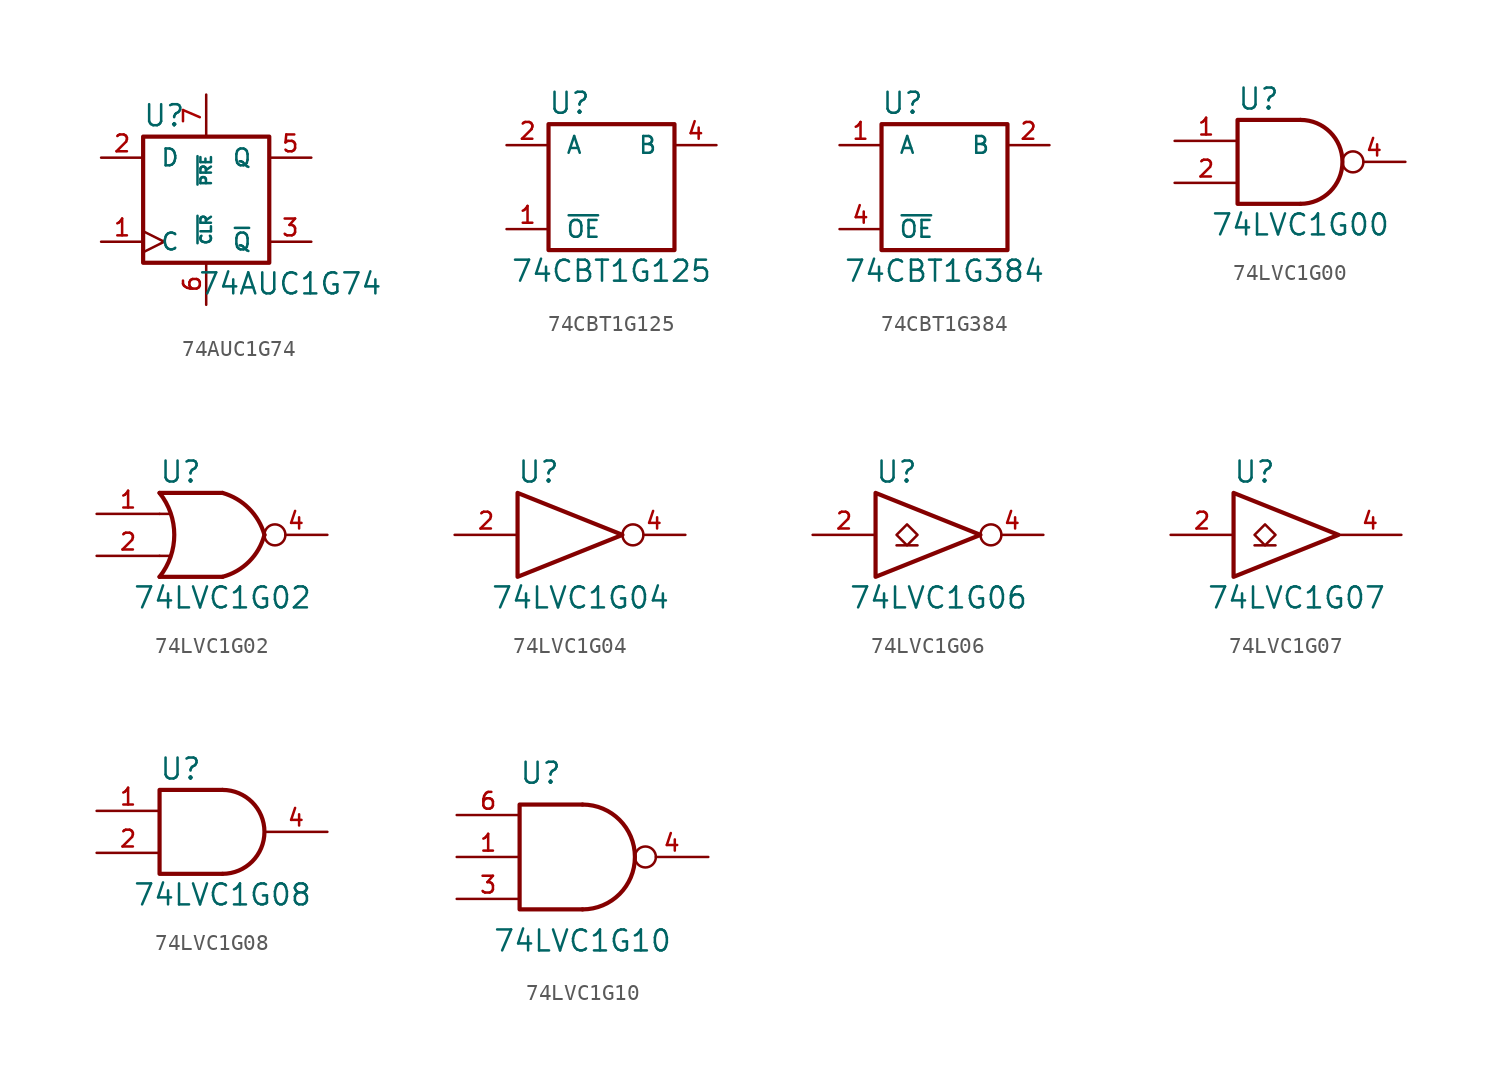
<source format=kicad_sym>
(kicad_symbol_lib
  (version 20200908)
  (generator kicad_symbol_editor)
  (symbol "74xGxx:74AUC1G74"
    (pin_names
      (offset 1.016))
    (property "Reference" "U"
      (at -2.54 5.08 0)
      (effects (font (size 1.27 1.27))))
    (property "Value" "74AUC1G74"
      (at 5.08 -5.08 0)
      (effects (font (size 1.27 1.27))))
    (symbol "74AUC1G74_0_1"
      (rectangle (start -3.81 3.81) (end 3.81 -3.81) (stroke (width 0.254)) (fill (type none))))
    (symbol "74AUC1G74_1_1"
      (pin input clock (at -6.35 -2.54 0) (length 2.54) (name "C" (effects (font (size 1.016 1.016)))) (number "1" (effects (font (size 1.016 1.016)))))
      (pin input line (at -6.35 2.54 0) (length 2.54) (name "D" (effects (font (size 1.016 1.016)))) (number "2" (effects (font (size 1.016 1.016)))))
      (pin output line (at 6.35 -2.54 180) (length 2.54) (name "~Q" (effects (font (size 1.016 1.016)))) (number "3" (effects (font (size 1.016 1.016)))))
      (pin power_in line (at -3.81 -3.81 270) (length 0) hide (name "GND" (effects (font (size 1.016 1.016)))) (number "4" (effects (font (size 1.016 1.016)))))
      (pin output line (at 6.35 2.54 180) (length 2.54) (name "Q" (effects (font (size 1.016 1.016)))) (number "5" (effects (font (size 1.016 1.016)))))
      (pin input line (at 0 -6.35 90) (length 2.54) (name "~CLR" (effects (font (size 0.635 0.635)))) (number "6" (effects (font (size 1.016 1.016)))))
      (pin input line (at 0 6.35 270) (length 2.54) (name "~PRE" (effects (font (size 0.635 0.635)))) (number "7" (effects (font (size 1.016 1.016)))))
      (pin power_in line (at -3.81 3.81 90) (length 0) hide (name "VCC" (effects (font (size 1.016 1.016)))) (number "8" (effects (font (size 1.016 1.016)))))))
  (symbol "74xGxx:74CBT1G125"
    (pin_names
      (offset 1.016))
    (property "Reference" "U"
      (at -2.54 5.08 0)
      (effects (font (size 1.27 1.27))))
    (property "Value" "74CBT1G125"
      (at 0 -5.08 0)
      (effects (font (size 1.27 1.27))))
    (symbol "74CBT1G125_0_1"
      (rectangle (start -3.81 3.81) (end 3.81 -3.81) (stroke (width 0.254)) (fill (type none))))
    (symbol "74CBT1G125_1_1"
      (pin input line (at -6.35 -2.54 0) (length 2.54) (name "~OE" (effects (font (size 1.016 1.016)))) (number "1" (effects (font (size 1.016 1.016)))))
      (pin input line (at -6.35 2.54 0) (length 2.54) (name "A" (effects (font (size 1.016 1.016)))) (number "2" (effects (font (size 1.016 1.016)))))
      (pin power_in line (at 0 -3.81 270) (length 0) hide (name "GND" (effects (font (size 1.016 1.016)))) (number "3" (effects (font (size 1.016 1.016)))))
      (pin tri_state line (at 6.35 2.54 180) (length 2.54) (name "B" (effects (font (size 1.016 1.016)))) (number "4" (effects (font (size 1.016 1.016)))))
      (pin power_in line (at 0 3.81 90) (length 0) hide (name "VCC" (effects (font (size 1.016 1.016)))) (number "5" (effects (font (size 1.016 1.016)))))))
  (symbol "74xGxx:74CBT1G384"
    (pin_names
      (offset 1.016))
    (property "Reference" "U"
      (at -2.54 5.08 0)
      (effects (font (size 1.27 1.27))))
    (property "Value" "74CBT1G384"
      (at 0 -5.08 0)
      (effects (font (size 1.27 1.27))))
    (symbol "74CBT1G384_0_1"
      (rectangle (start -3.81 3.81) (end 3.81 -3.81) (stroke (width 0.254)) (fill (type none))))
    (symbol "74CBT1G384_1_1"
      (pin input line (at -6.35 2.54 0) (length 2.54) (name "A" (effects (font (size 1.016 1.016)))) (number "1" (effects (font (size 1.016 1.016)))))
      (pin tri_state line (at 6.35 2.54 180) (length 2.54) (name "B" (effects (font (size 1.016 1.016)))) (number "2" (effects (font (size 1.016 1.016)))))
      (pin power_in line (at 0 -3.81 270) (length 0) hide (name "GND" (effects (font (size 1.016 1.016)))) (number "3" (effects (font (size 1.016 1.016)))))
      (pin input line (at -6.35 -2.54 0) (length 2.54) (name "~OE" (effects (font (size 1.016 1.016)))) (number "4" (effects (font (size 1.016 1.016)))))
      (pin power_in line (at 0 3.81 90) (length 0) hide (name "VCC" (effects (font (size 1.016 1.016)))) (number "5" (effects (font (size 1.016 1.016)))))))
  (symbol "74xGxx:74LVC1G00"
    (pin_names
      (offset 1.016))
    (property "Reference" "U"
      (at -2.54 3.81 0)
      (effects (font (size 1.27 1.27))))
    (property "Value" "74LVC1G00"
      (at 0 -3.81 0)
      (effects (font (size 1.27 1.27))))
    (symbol "74LVC1G00_0_1"
      (arc (start 0 -2.54) (end 0 2.54) (radius (at 0 0) (length 2.54) (angles -89.9 89.9)) (stroke (width 0.254)) (fill (type none)))
      (polyline (pts (xy 0 -2.54) (xy -3.81 -2.54) (xy -3.81 2.54) (xy 0 2.54)) (stroke (width 0.254)) (fill (type none))))
    (symbol "74LVC1G00_1_1"
      (pin input line (at -7.62 1.27 0) (length 3.81) (name "~" (effects (font (size 1.016 1.016)))) (number "1" (effects (font (size 1.016 1.016)))))
      (pin input line (at -7.62 -1.27 0) (length 3.81) (name "~" (effects (font (size 1.016 1.016)))) (number "2" (effects (font (size 1.016 1.016)))))
      (pin power_in line (at 0 -2.54 270) (length 0) hide (name "GND" (effects (font (size 1.016 1.016)))) (number "3" (effects (font (size 1.016 1.016)))))
      (pin output inverted (at 6.35 0 180) (length 3.81) (name "~" (effects (font (size 1.016 1.016)))) (number "4" (effects (font (size 1.016 1.016)))))
      (pin power_in line (at 0 2.54 90) (length 0) hide (name "VCC" (effects (font (size 1.016 1.016)))) (number "5" (effects (font (size 1.016 1.016)))))))
  (symbol "74xGxx:74LVC1G02"
    (pin_names
      (offset 1.016))
    (property "Reference" "U"
      (at -2.54 3.81 0)
      (effects (font (size 1.27 1.27))))
    (property "Value" "74LVC1G02"
      (at 0 -3.81 0)
      (effects (font (size 1.27 1.27))))
    (symbol "74LVC1G02_0_1"
      (arc (start -3.81 2.54) (end -3.81 -2.54) (radius (at -6.985 0) (length 4.064) (angles 38.6 -38.6)) (stroke (width 0.254)) (fill (type none)))
      (arc (start 0 2.54) (end 2.54 0) (radius (at -0.9652 -0.9398) (length 3.6068) (angles 74.4 15)) (stroke (width 0.254)) (fill (type none)))
      (arc (start 0 -2.54) (end 2.54 0) (radius (at -0.9652 0.9398) (length 3.6068) (angles -74.4 -15)) (stroke (width 0.254)) (fill (type none)))
      (polyline (pts (xy -3.81 -1.27) (xy -3.175 -1.27)) (stroke (width 0)) (fill (type none)))
      (polyline (pts (xy -3.81 1.27) (xy -3.175 1.27)) (stroke (width 0)) (fill (type none)))
      (polyline (pts (xy 0 -2.54) (xy -3.81 -2.54)) (stroke (width 0.254)) (fill (type background)))
      (polyline (pts (xy 0 2.54) (xy -3.81 2.54)) (stroke (width 0.254)) (fill (type background))))
    (symbol "74LVC1G02_1_1"
      (pin input line (at -7.62 1.27 0) (length 3.81) (name "~" (effects (font (size 1.016 1.016)))) (number "1" (effects (font (size 1.016 1.016)))))
      (pin input line (at -7.62 -1.27 0) (length 3.81) (name "~" (effects (font (size 1.016 1.016)))) (number "2" (effects (font (size 1.016 1.016)))))
      (pin power_in line (at 0 -2.54 270) (length 0) hide (name "GND" (effects (font (size 1.016 1.016)))) (number "3" (effects (font (size 1.016 1.016)))))
      (pin output inverted (at 6.35 0 180) (length 3.81) (name "~" (effects (font (size 1.016 1.016)))) (number "4" (effects (font (size 1.016 1.016)))))
      (pin power_in line (at 0 2.54 90) (length 0) hide (name "VCC" (effects (font (size 1.016 1.016)))) (number "5" (effects (font (size 1.016 1.016)))))))
  (symbol "74xGxx:74LVC1G04"
    (pin_names
      (offset 1.016))
    (property "Reference" "U"
      (at -2.54 3.81 0)
      (effects (font (size 1.27 1.27))))
    (property "Value" "74LVC1G04"
      (at 0 -3.81 0)
      (effects (font (size 1.27 1.27))))
    (symbol "74LVC1G04_0_1"
      (polyline (pts (xy -3.81 2.54) (xy -3.81 -2.54) (xy 2.54 0) (xy -3.81 2.54)) (stroke (width 0.254)) (fill (type none))))
    (symbol "74LVC1G04_1_1"
      (pin input line (at -7.62 0 0) (length 3.81) (name "~" (effects (font (size 1.016 1.016)))) (number "2" (effects (font (size 1.016 1.016)))))
      (pin power_in line (at 0 -2.54 270) (length 0) hide (name "GND" (effects (font (size 1.016 1.016)))) (number "3" (effects (font (size 1.016 1.016)))))
      (pin output inverted (at 6.35 0 180) (length 3.81) (name "~" (effects (font (size 1.016 1.016)))) (number "4" (effects (font (size 1.016 1.016)))))
      (pin power_in line (at 0 2.54 90) (length 0) hide (name "VCC" (effects (font (size 1.016 1.016)))) (number "5" (effects (font (size 1.016 1.016)))))))
  (symbol "74xGxx:74LVC1G06"
    (pin_names
      (offset 1.016))
    (property "Reference" "U"
      (at -2.54 3.81 0)
      (effects (font (size 1.27 1.27))))
    (property "Value" "74LVC1G06"
      (at 0 -3.81 0)
      (effects (font (size 1.27 1.27))))
    (symbol "74LVC1G06_0_1"
      (polyline (pts (xy -2.54 -0.635) (xy -1.27 -0.635)) (stroke (width 0)) (fill (type none)))
      (polyline (pts (xy -3.81 2.54) (xy -3.81 -2.54) (xy 2.54 0) (xy -3.81 2.54)) (stroke (width 0.254)) (fill (type none)))
      (polyline (pts (xy -1.905 0.635) (xy -2.54 0) (xy -1.905 -0.635) (xy -1.27 0) (xy -1.905 0.635)) (stroke (width 0)) (fill (type none))))
    (symbol "74LVC1G06_1_1"
      (pin input line (at -7.62 0 0) (length 3.81) (name "~" (effects (font (size 1.016 1.016)))) (number "2" (effects (font (size 1.016 1.016)))))
      (pin power_in line (at 0 -2.54 270) (length 0) hide (name "GND" (effects (font (size 1.016 1.016)))) (number "3" (effects (font (size 1.016 1.016)))))
      (pin open_collector inverted (at 6.35 0 180) (length 3.81) (name "~" (effects (font (size 1.016 1.016)))) (number "4" (effects (font (size 1.016 1.016)))))
      (pin power_in line (at 0 2.54 90) (length 0) hide (name "VCC" (effects (font (size 1.016 1.016)))) (number "5" (effects (font (size 1.016 1.016)))))))
  (symbol "74xGxx:74LVC1G07"
    (pin_names
      (offset 1.016))
    (property "Reference" "U"
      (at -2.54 3.81 0)
      (effects (font (size 1.27 1.27))))
    (property "Value" "74LVC1G07"
      (at 0 -3.81 0)
      (effects (font (size 1.27 1.27))))
    (symbol "74LVC1G07_0_1"
      (polyline (pts (xy -2.54 -0.635) (xy -1.27 -0.635)) (stroke (width 0)) (fill (type none)))
      (polyline (pts (xy -3.81 2.54) (xy -3.81 -2.54) (xy 2.54 0) (xy -3.81 2.54)) (stroke (width 0.254)) (fill (type none)))
      (polyline (pts (xy -1.905 0.635) (xy -2.54 0) (xy -1.905 -0.635) (xy -1.27 0) (xy -1.905 0.635)) (stroke (width 0)) (fill (type none))))
    (symbol "74LVC1G07_1_1"
      (pin input line (at -7.62 0 0) (length 3.81) (name "~" (effects (font (size 1.016 1.016)))) (number "2" (effects (font (size 1.016 1.016)))))
      (pin power_in line (at 0 -2.54 270) (length 0) hide (name "GND" (effects (font (size 1.016 1.016)))) (number "3" (effects (font (size 1.016 1.016)))))
      (pin open_collector line (at 6.35 0 180) (length 3.81) (name "~" (effects (font (size 1.016 1.016)))) (number "4" (effects (font (size 1.016 1.016)))))
      (pin power_in line (at 0 2.54 90) (length 0) hide (name "VCC" (effects (font (size 1.016 1.016)))) (number "5" (effects (font (size 1.016 1.016)))))))
  (symbol "74xGxx:74LVC1G08"
    (pin_names
      (offset 1.016))
    (property "Reference" "U"
      (at -2.54 3.81 0)
      (effects (font (size 1.27 1.27))))
    (property "Value" "74LVC1G08"
      (at 0 -3.81 0)
      (effects (font (size 1.27 1.27))))
    (symbol "74LVC1G08_0_1"
      (arc (start 0 -2.54) (end 0 2.54) (radius (at 0 0) (length 2.54) (angles -89.9 89.9)) (stroke (width 0.254)) (fill (type none)))
      (polyline (pts (xy 0 -2.54) (xy -3.81 -2.54) (xy -3.81 2.54) (xy 0 2.54)) (stroke (width 0.254)) (fill (type none))))
    (symbol "74LVC1G08_1_1"
      (pin input line (at -7.62 1.27 0) (length 3.81) (name "~" (effects (font (size 1.016 1.016)))) (number "1" (effects (font (size 1.016 1.016)))))
      (pin input line (at -7.62 -1.27 0) (length 3.81) (name "~" (effects (font (size 1.016 1.016)))) (number "2" (effects (font (size 1.016 1.016)))))
      (pin power_in line (at 0 -2.54 270) (length 0) hide (name "GND" (effects (font (size 1.016 1.016)))) (number "3" (effects (font (size 1.016 1.016)))))
      (pin output line (at 6.35 0 180) (length 3.81) (name "~" (effects (font (size 1.016 1.016)))) (number "4" (effects (font (size 1.016 1.016)))))
      (pin power_in line (at 0 2.54 90) (length 0) hide (name "VCC" (effects (font (size 1.016 1.016)))) (number "5" (effects (font (size 1.016 1.016)))))))
  (symbol "74xGxx:74LVC1G10"
    (pin_names
      (offset 1.016))
    (property "Reference" "U"
      (at -2.54 5.08 0)
      (effects (font (size 1.27 1.27))))
    (property "Value" "74LVC1G10"
      (at 0 -5.08 0)
      (effects (font (size 1.27 1.27))))
    (symbol "74LVC1G10_0_1"
      (arc (start 0 -3.175) (end 0 3.175) (radius (at 0 0) (length 3.175) (angles -89.9 89.9)) (stroke (width 0.254)) (fill (type none)))
      (polyline (pts (xy 0 -3.175) (xy -3.81 -3.175) (xy -3.81 3.175) (xy 0 3.175)) (stroke (width 0.254)) (fill (type none))))
    (symbol "74LVC1G10_1_1"
      (pin input line (at -7.62 0 0) (length 3.81) (name "~" (effects (font (size 1.016 1.016)))) (number "1" (effects (font (size 1.016 1.016)))))
      (pin power_in line (at 0 -3.175 270) (length 0) hide (name "GND" (effects (font (size 1.016 1.016)))) (number "2" (effects (font (size 1.016 1.016)))))
      (pin input line (at -7.62 -2.54 0) (length 3.81) (name "~" (effects (font (size 1.016 1.016)))) (number "3" (effects (font (size 1.016 1.016)))))
      (pin output inverted (at 7.62 0 180) (length 4.445) (name "~" (effects (font (size 1.016 1.016)))) (number "4" (effects (font (size 1.016 1.016)))))
      (pin power_in line (at 0 3.175 90) (length 0) hide (name "VCC" (effects (font (size 1.016 1.016)))) (number "5" (effects (font (size 1.016 1.016)))))
      (pin input line (at -7.62 2.54 0) (length 3.81) (name "~" (effects (font (size 1.016 1.016)))) (number "6" (effects (font (size 1.016 1.016))))))))
</source>
